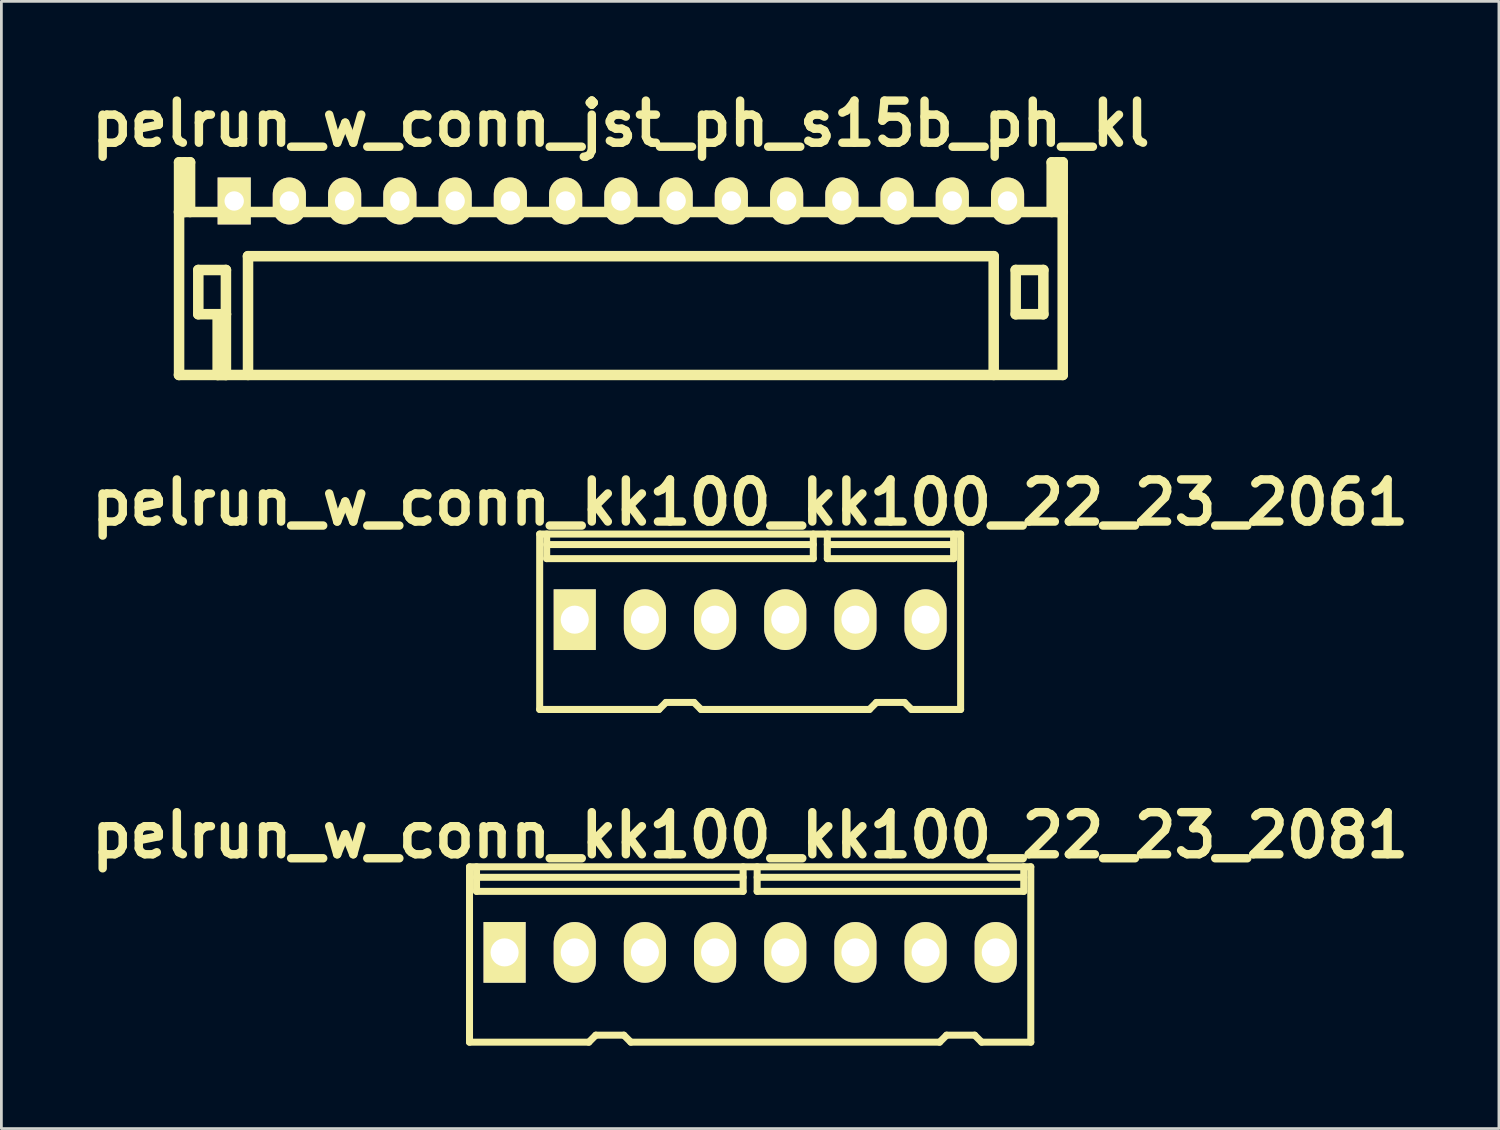
<source format=kicad_pcb>
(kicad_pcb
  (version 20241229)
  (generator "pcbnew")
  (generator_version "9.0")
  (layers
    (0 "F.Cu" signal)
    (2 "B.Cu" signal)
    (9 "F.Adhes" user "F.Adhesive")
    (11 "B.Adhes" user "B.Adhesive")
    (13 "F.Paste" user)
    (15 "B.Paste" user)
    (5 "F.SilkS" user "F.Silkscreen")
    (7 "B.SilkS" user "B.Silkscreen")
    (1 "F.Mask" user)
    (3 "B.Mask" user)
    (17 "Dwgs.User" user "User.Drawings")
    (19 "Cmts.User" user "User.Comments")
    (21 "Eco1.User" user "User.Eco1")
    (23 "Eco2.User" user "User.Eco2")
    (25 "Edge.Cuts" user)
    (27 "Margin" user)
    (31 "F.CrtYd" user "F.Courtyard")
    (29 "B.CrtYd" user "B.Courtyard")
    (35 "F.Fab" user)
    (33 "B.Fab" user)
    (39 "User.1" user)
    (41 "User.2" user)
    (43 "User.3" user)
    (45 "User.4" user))
  (footprint "pelrun_w_conn_jst_ph_s15b_ph_kl"
    (layer "F.Cu")
    (at 19.427 4.226)
    (property "Reference" "pelrun_w_conn_jst_ph_s15b_ph_kl" (at 0 -2.799 0) (layer "F.SilkS") (effects (font (size 1.524 1.524) (thickness 0.305))))
    (attr through_hole)
    (fp_line (start -15.994 -1.4) (end -15.994 6.299) (stroke (width 0.381) (type solid)) (layer "F.SilkS"))
    (fp_line (start -15.794 -1.4) (end -15.794 0.399) (stroke (width 0.381) (type solid)) (layer "F.SilkS"))
    (fp_line (start -15.596 -1.4) (end -15.994 -1.4) (stroke (width 0.381) (type solid)) (layer "F.SilkS"))
    (fp_line (start -15.596 0.399) (end -15.596 -1.4) (stroke (width 0.381) (type solid)) (layer "F.SilkS"))
    (fp_line (start -15.298 2.499) (end -14.298 2.499) (stroke (width 0.381) (type solid)) (layer "F.SilkS"))
    (fp_line (start -15.298 4.1) (end -15.298 2.499) (stroke (width 0.381) (type solid)) (layer "F.SilkS"))
    (fp_line (start -14.597 6.299) (end -14.597 4.1) (stroke (width 0.381) (type solid)) (layer "F.SilkS"))
    (fp_line (start -14.298 2.499) (end -14.298 4.1) (stroke (width 0.381) (type solid)) (layer "F.SilkS"))
    (fp_line (start -14.298 4.1) (end -15.298 4.1) (stroke (width 0.381) (type solid)) (layer "F.SilkS"))
    (fp_line (start -14.298 4.1) (end -14.298 6.299) (stroke (width 0.381) (type solid)) (layer "F.SilkS"))
    (fp_line (start -14.298 6.299) (end -14.597 6.299) (stroke (width 0.381) (type solid)) (layer "F.SilkS"))
    (fp_line (start -13.5 1.999) (end 13.5 1.999) (stroke (width 0.381) (type solid)) (layer "F.SilkS"))
    (fp_line (start -13.498 1.999) (end -13.498 6.299) (stroke (width 0.381) (type solid)) (layer "F.SilkS"))
    (fp_line (start 13.498 1.999) (end 13.498 6.299) (stroke (width 0.381) (type solid)) (layer "F.SilkS"))
    (fp_line (start 14.295 2.499) (end 15.296 2.499) (stroke (width 0.381) (type solid)) (layer "F.SilkS"))
    (fp_line (start 14.295 4.1) (end 14.295 2.499) (stroke (width 0.381) (type solid)) (layer "F.SilkS"))
    (fp_line (start 15.296 2.499) (end 15.296 4.1) (stroke (width 0.381) (type solid)) (layer "F.SilkS"))
    (fp_line (start 15.296 4.1) (end 14.295 4.1) (stroke (width 0.381) (type solid)) (layer "F.SilkS"))
    (fp_line (start 15.598 -1.4) (end 15.598 0.399) (stroke (width 0.381) (type solid)) (layer "F.SilkS"))
    (fp_line (start 15.796 -1.4) (end 15.796 0.399) (stroke (width 0.381) (type solid)) (layer "F.SilkS"))
    (fp_line (start 15.997 -1.4) (end 15.598 -1.4) (stroke (width 0.381) (type solid)) (layer "F.SilkS"))
    (fp_line (start 15.997 6.299) (end 15.997 -1.4) (stroke (width 0.381) (type solid)) (layer "F.SilkS"))
    (fp_line (start 15.999 0.399) (end -15.999 0.399) (stroke (width 0.381) (type solid)) (layer "F.SilkS"))
    (fp_line (start 15.999 6.299) (end -15.999 6.299) (stroke (width 0.381) (type solid)) (layer "F.SilkS"))
    (pad "1" thru_hole rect (at -13.998 0) (size 1.199 1.699) (drill 0.701) (layers "*.Cu" "*.Mask" "F.SilkS"))
    (pad "2" thru_hole oval (at -12.002 0) (size 1.199 1.699) (drill 0.701) (layers "*.Cu" "*.Mask" "F.SilkS"))
    (pad "3" thru_hole oval (at -10 0) (size 1.199 1.699) (drill 0.701) (layers "*.Cu" "*.Mask" "F.SilkS"))
    (pad "4" thru_hole oval (at -8.001 0) (size 1.199 1.699) (drill 0.701) (layers "*.Cu" "*.Mask" "F.SilkS"))
    (pad "5" thru_hole oval (at -5.999 0) (size 1.199 1.699) (drill 0.701) (layers "*.Cu" "*.Mask" "F.SilkS"))
    (pad "6" thru_hole oval (at -4 0) (size 1.199 1.699) (drill 0.701) (layers "*.Cu" "*.Mask" "F.SilkS"))
    (pad "7" thru_hole oval (at -1.999 0) (size 1.199 1.699) (drill 0.701) (layers "*.Cu" "*.Mask" "F.SilkS"))
    (pad "8" thru_hole oval (at 0 0) (size 1.199 1.699) (drill 0.701) (layers "*.Cu" "*.Mask" "F.SilkS"))
    (pad "9" thru_hole oval (at 2.002 0) (size 1.199 1.699) (drill 0.701) (layers "*.Cu" "*.Mask" "F.SilkS"))
    (pad "10" thru_hole oval (at 4 0) (size 1.199 1.699) (drill 0.701) (layers "*.Cu" "*.Mask" "F.SilkS"))
    (pad "11" thru_hole oval (at 6.002 0) (size 1.199 1.699) (drill 0.701) (layers "*.Cu" "*.Mask" "F.SilkS"))
    (pad "12" thru_hole oval (at 8.001 0) (size 1.199 1.699) (drill 0.701) (layers "*.Cu" "*.Mask" "F.SilkS"))
    (pad "13" thru_hole oval (at 10 0) (size 1.199 1.699) (drill 0.701) (layers "*.Cu" "*.Mask" "F.SilkS"))
    (pad "14" thru_hole oval (at 11.999 0) (size 1.199 1.699) (drill 0.701) (layers "*.Cu" "*.Mask" "F.SilkS"))
    (pad "15" thru_hole oval (at 14 0) (size 1.199 1.699) (drill 0.701) (layers "*.Cu" "*.Mask" "F.SilkS")))
  (footprint "pelrun_w_conn_kk100_kk100_22_23_2061"
    (layer "F.Cu")
    (at 24.108 19.46)
    (property "Reference" "pelrun_w_conn_kk100_kk100_22_23_2061" (at 0 -4.318 0) (layer "F.SilkS") (effects (font (size 1.524 1.524) (thickness 0.305))))
    (attr through_hole)
    (fp_line (start -7.62 -3.175) (end 7.62 -3.175) (stroke (width 0.254) (type solid)) (layer "F.SilkS"))
    (fp_line (start -7.62 3.175) (end -7.62 -3.175) (stroke (width 0.254) (type solid)) (layer "F.SilkS"))
    (fp_line (start -7.366 -2.286) (end -7.366 -3.175) (stroke (width 0.254) (type solid)) (layer "F.SilkS"))
    (fp_line (start -3.302 3.175) (end -7.62 3.175) (stroke (width 0.254) (type solid)) (layer "F.SilkS"))
    (fp_line (start -3.048 2.921) (end -3.302 3.175) (stroke (width 0.254) (type solid)) (layer "F.SilkS"))
    (fp_line (start -3.048 2.921) (end -2.032 2.921) (stroke (width 0.254) (type solid)) (layer "F.SilkS"))
    (fp_line (start -2.032 2.921) (end -1.778 3.175) (stroke (width 0.254) (type solid)) (layer "F.SilkS"))
    (fp_line (start -1.778 3.175) (end 4.318 3.175) (stroke (width 0.254) (type solid)) (layer "F.SilkS"))
    (fp_line (start 2.286 -2.794) (end -7.366 -2.794) (stroke (width 0.254) (type solid)) (layer "F.SilkS"))
    (fp_line (start 2.286 -2.286) (end -7.366 -2.286) (stroke (width 0.254) (type solid)) (layer "F.SilkS"))
    (fp_line (start 2.286 -2.286) (end 2.286 -3.175) (stroke (width 0.254) (type solid)) (layer "F.SilkS"))
    (fp_line (start 2.794 -2.794) (end 7.366 -2.794) (stroke (width 0.254) (type solid)) (layer "F.SilkS"))
    (fp_line (start 2.794 -2.286) (end 2.794 -3.175) (stroke (width 0.254) (type solid)) (layer "F.SilkS"))
    (fp_line (start 2.794 -2.286) (end 7.366 -2.286) (stroke (width 0.254) (type solid)) (layer "F.SilkS"))
    (fp_line (start 4.572 2.921) (end 4.318 3.175) (stroke (width 0.254) (type solid)) (layer "F.SilkS"))
    (fp_line (start 4.572 2.921) (end 5.588 2.921) (stroke (width 0.254) (type solid)) (layer "F.SilkS"))
    (fp_line (start 5.588 2.921) (end 5.842 3.175) (stroke (width 0.254) (type solid)) (layer "F.SilkS"))
    (fp_line (start 5.842 3.175) (end 7.62 3.175) (stroke (width 0.254) (type solid)) (layer "F.SilkS"))
    (fp_line (start 7.366 -2.286) (end 7.366 -3.175) (stroke (width 0.254) (type solid)) (layer "F.SilkS"))
    (fp_line (start 7.62 -3.175) (end 7.62 3.175) (stroke (width 0.254) (type solid)) (layer "F.SilkS"))
    (pad "1" thru_hole rect (at -6.35 -0.076) (size 1.524 2.197) (drill 1.016) (layers "*.Cu" "*.Mask" "F.SilkS"))
    (pad "2" thru_hole oval (at -3.81 -0.076) (size 1.524 2.197) (drill 1.016) (layers "*.Cu" "*.Mask" "F.SilkS"))
    (pad "3" thru_hole oval (at -1.27 -0.076) (size 1.524 2.197) (drill 1.016) (layers "*.Cu" "*.Mask" "F.SilkS"))
    (pad "4" thru_hole oval (at 1.27 -0.076) (size 1.524 2.197) (drill 1.016) (layers "*.Cu" "*.Mask" "F.SilkS"))
    (pad "5" thru_hole oval (at 3.81 -0.076) (size 1.524 2.197) (drill 1.016) (layers "*.Cu" "*.Mask" "F.SilkS"))
    (pad "6" thru_hole oval (at 6.35 -0.076) (size 1.524 2.197) (drill 1.016) (layers "*.Cu" "*.Mask" "F.SilkS")))
  (footprint "pelrun_w_conn_kk100_kk100_22_23_2081"
    (layer "F.Cu")
    (at 24.108 31.506)
    (property "Reference" "pelrun_w_conn_kk100_kk100_22_23_2081" (at 0 -4.318 0) (layer "F.SilkS") (effects (font (size 1.524 1.524) (thickness 0.305))))
    (attr through_hole)
    (fp_line (start -10.16 3.175) (end -10.16 -3.175) (stroke (width 0.254) (type solid)) (layer "F.SilkS"))
    (fp_line (start -9.906 -2.286) (end -9.906 -3.175) (stroke (width 0.254) (type solid)) (layer "F.SilkS"))
    (fp_line (start -5.842 3.175) (end -10.16 3.175) (stroke (width 0.254) (type solid)) (layer "F.SilkS"))
    (fp_line (start -5.588 2.921) (end -5.842 3.175) (stroke (width 0.254) (type solid)) (layer "F.SilkS"))
    (fp_line (start -5.588 2.921) (end -4.572 2.921) (stroke (width 0.254) (type solid)) (layer "F.SilkS"))
    (fp_line (start -4.572 2.921) (end -4.318 3.175) (stroke (width 0.254) (type solid)) (layer "F.SilkS"))
    (fp_line (start -4.318 3.175) (end 6.858 3.175) (stroke (width 0.254) (type solid)) (layer "F.SilkS"))
    (fp_line (start -0.254 -2.794) (end -9.906 -2.794) (stroke (width 0.254) (type solid)) (layer "F.SilkS"))
    (fp_line (start -0.254 -2.286) (end -9.906 -2.286) (stroke (width 0.254) (type solid)) (layer "F.SilkS"))
    (fp_line (start -0.254 -2.286) (end -0.254 -3.175) (stroke (width 0.254) (type solid)) (layer "F.SilkS"))
    (fp_line (start 0.254 -2.794) (end 9.906 -2.794) (stroke (width 0.254) (type solid)) (layer "F.SilkS"))
    (fp_line (start 0.254 -2.286) (end 0.254 -3.175) (stroke (width 0.254) (type solid)) (layer "F.SilkS"))
    (fp_line (start 0.254 -2.286) (end 9.906 -2.286) (stroke (width 0.254) (type solid)) (layer "F.SilkS"))
    (fp_line (start 7.112 2.921) (end 6.858 3.175) (stroke (width 0.254) (type solid)) (layer "F.SilkS"))
    (fp_line (start 7.112 2.921) (end 8.128 2.921) (stroke (width 0.254) (type solid)) (layer "F.SilkS"))
    (fp_line (start 8.128 2.921) (end 8.382 3.175) (stroke (width 0.254) (type solid)) (layer "F.SilkS"))
    (fp_line (start 8.382 3.175) (end 10.16 3.175) (stroke (width 0.254) (type solid)) (layer "F.SilkS"))
    (fp_line (start 9.906 -2.286) (end 9.906 -3.175) (stroke (width 0.254) (type solid)) (layer "F.SilkS"))
    (fp_line (start 10.16 -3.175) (end -10.16 -3.175) (stroke (width 0.254) (type solid)) (layer "F.SilkS"))
    (fp_line (start 10.16 -3.175) (end 10.16 3.175) (stroke (width 0.254) (type solid)) (layer "F.SilkS"))
    (pad "1" thru_hole rect (at -8.89 -0.076) (size 1.524 2.197) (drill 1.016) (layers "*.Cu" "*.Mask" "F.SilkS"))
    (pad "2" thru_hole oval (at -6.35 -0.076) (size 1.524 2.197) (drill 1.016) (layers "*.Cu" "*.Mask" "F.SilkS"))
    (pad "3" thru_hole oval (at -3.81 -0.076) (size 1.524 2.197) (drill 1.016) (layers "*.Cu" "*.Mask" "F.SilkS"))
    (pad "4" thru_hole oval (at -1.27 -0.076) (size 1.524 2.197) (drill 1.016) (layers "*.Cu" "*.Mask" "F.SilkS"))
    (pad "5" thru_hole oval (at 1.27 -0.076) (size 1.524 2.197) (drill 1.016) (layers "*.Cu" "*.Mask" "F.SilkS"))
    (pad "6" thru_hole oval (at 3.81 -0.076) (size 1.524 2.197) (drill 1.016) (layers "*.Cu" "*.Mask" "F.SilkS"))
    (pad "7" thru_hole oval (at 6.35 -0.076) (size 1.524 2.197) (drill 1.016) (layers "*.Cu" "*.Mask" "F.SilkS"))
    (pad "8" thru_hole oval (at 8.89 -0.076) (size 1.524 2.197) (drill 1.016) (layers "*.Cu" "*.Mask" "F.SilkS")))
  (gr_rect
    (start -3 -3)
    (end 51.216 37.808)
    (stroke (width 0.1) (type default))
    (fill no)
    (layer "Edge.Cuts")))
</source>
